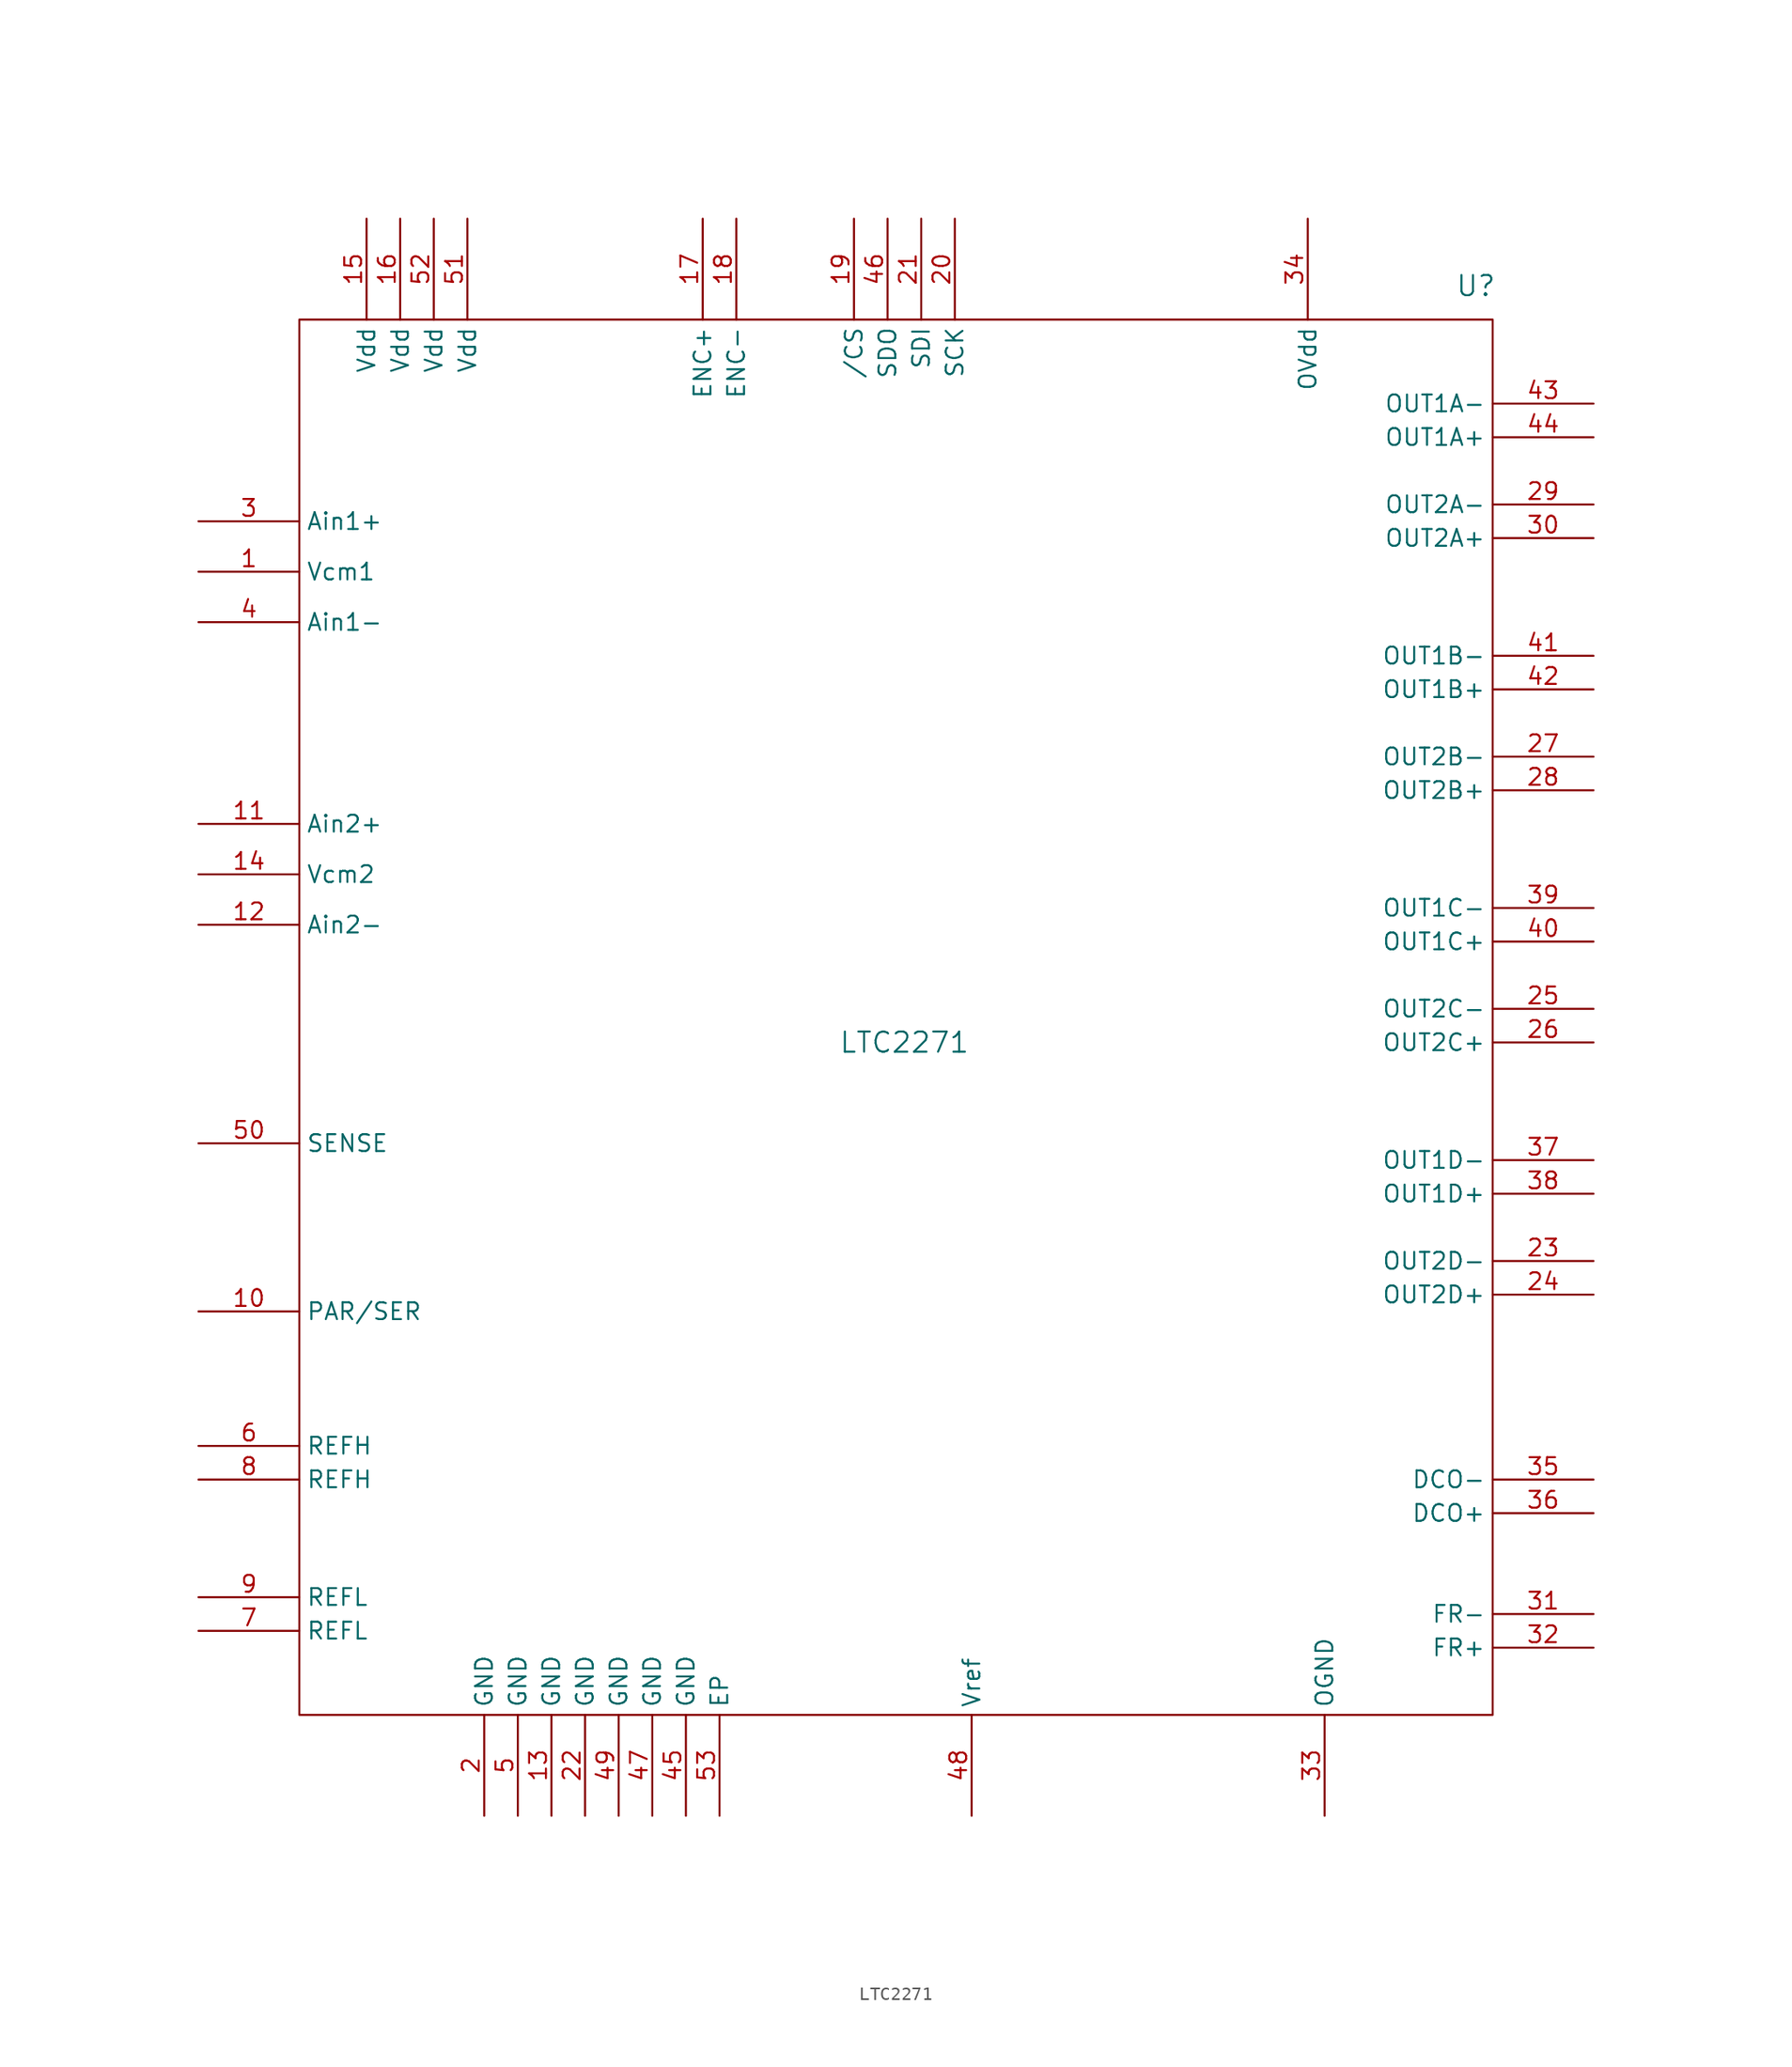
<source format=kicad_sym>
(kicad_symbol_lib
  (version 20220914)
  (generator kicad_symbol_editor)
  (symbol "LTC2271"
    (property "Reference" "U"
      (at 43.18 52.07 0)
      (effects (font (size 1.524 1.524))))
    (property "Value" "LTC2271"
      (at 0 -5.08 0)
      (effects (font (size 1.524 1.524))))
    (property "Footprint" ""
      (at 0 0 0)
      (effects (font (size 1.524 1.524))))
    (property "Datasheet" ""
      (at 0 0 0)
      (effects (font (size 1.524 1.524))))
    (symbol "LTC2271_0_1"
      (rectangle (start -45.72 49.53) (end 44.45 -55.88) (stroke (width 0) (type default)) (fill (type none))))
    (symbol "LTC2271_1_1"
      (pin output line (at -53.34 30.48 0) (length 7.62) (name "Vcm1" (effects (font (size 1.27 1.27)))) (number "1" (effects (font (size 1.27 1.27)))))
      (pin passive line (at -53.34 -25.4 0) (length 7.62) (name "PAR/SER" (effects (font (size 1.27 1.27)))) (number "10" (effects (font (size 1.27 1.27)))))
      (pin passive line (at -53.34 11.43 0) (length 7.62) (name "Ain2+" (effects (font (size 1.27 1.27)))) (number "11" (effects (font (size 1.27 1.27)))))
      (pin passive line (at -53.34 3.81 0) (length 7.62) (name "Ain2-" (effects (font (size 1.27 1.27)))) (number "12" (effects (font (size 1.27 1.27)))))
      (pin power_in line (at -26.67 -63.5 90) (length 7.62) (name "GND" (effects (font (size 1.27 1.27)))) (number "13" (effects (font (size 1.27 1.27)))))
      (pin output line (at -53.34 7.62 0) (length 7.62) (name "Vcm2" (effects (font (size 1.27 1.27)))) (number "14" (effects (font (size 1.27 1.27)))))
      (pin output line (at -40.64 57.15 270) (length 7.62) (name "Vdd" (effects (font (size 1.27 1.27)))) (number "15" (effects (font (size 1.27 1.27)))))
      (pin output line (at -38.1 57.15 270) (length 7.62) (name "Vdd" (effects (font (size 1.27 1.27)))) (number "16" (effects (font (size 1.27 1.27)))))
      (pin output line (at -15.24 57.15 270) (length 7.62) (name "ENC+" (effects (font (size 1.27 1.27)))) (number "17" (effects (font (size 1.27 1.27)))))
      (pin output line (at -12.7 57.15 270) (length 7.62) (name "ENC-" (effects (font (size 1.27 1.27)))) (number "18" (effects (font (size 1.27 1.27)))))
      (pin input line (at -3.81 57.15 270) (length 7.62) (name "/CS" (effects (font (size 1.27 1.27)))) (number "19" (effects (font (size 1.27 1.27)))))
      (pin power_in line (at -31.75 -63.5 90) (length 7.62) (name "GND" (effects (font (size 1.27 1.27)))) (number "2" (effects (font (size 1.27 1.27)))))
      (pin input line (at 3.81 57.15 270) (length 7.62) (name "SCK" (effects (font (size 1.27 1.27)))) (number "20" (effects (font (size 1.27 1.27)))))
      (pin input line (at 1.27 57.15 270) (length 7.62) (name "SDI" (effects (font (size 1.27 1.27)))) (number "21" (effects (font (size 1.27 1.27)))))
      (pin power_in line (at -24.13 -63.5 90) (length 7.62) (name "GND" (effects (font (size 1.27 1.27)))) (number "22" (effects (font (size 1.27 1.27)))))
      (pin power_in line (at 52.07 -21.59 180) (length 7.62) (name "OUT2D-" (effects (font (size 1.27 1.27)))) (number "23" (effects (font (size 1.27 1.27)))))
      (pin output line (at 52.07 -24.13 180) (length 7.62) (name "OUT2D+" (effects (font (size 1.27 1.27)))) (number "24" (effects (font (size 1.27 1.27)))))
      (pin output line (at 52.07 -2.54 180) (length 7.62) (name "OUT2C-" (effects (font (size 1.27 1.27)))) (number "25" (effects (font (size 1.27 1.27)))))
      (pin output line (at 52.07 -5.08 180) (length 7.62) (name "OUT2C+" (effects (font (size 1.27 1.27)))) (number "26" (effects (font (size 1.27 1.27)))))
      (pin output line (at 52.07 16.51 180) (length 7.62) (name "OUT2B-" (effects (font (size 1.27 1.27)))) (number "27" (effects (font (size 1.27 1.27)))))
      (pin output line (at 52.07 13.97 180) (length 7.62) (name "OUT2B+" (effects (font (size 1.27 1.27)))) (number "28" (effects (font (size 1.27 1.27)))))
      (pin output line (at 52.07 35.56 180) (length 7.62) (name "OUT2A-" (effects (font (size 1.27 1.27)))) (number "29" (effects (font (size 1.27 1.27)))))
      (pin input line (at -53.34 34.29 0) (length 7.62) (name "Ain1+" (effects (font (size 1.27 1.27)))) (number "3" (effects (font (size 1.27 1.27)))))
      (pin output line (at 52.07 33.02 180) (length 7.62) (name "OUT2A+" (effects (font (size 1.27 1.27)))) (number "30" (effects (font (size 1.27 1.27)))))
      (pin output line (at 52.07 -48.26 180) (length 7.62) (name "FR-" (effects (font (size 1.27 1.27)))) (number "31" (effects (font (size 1.27 1.27)))))
      (pin output line (at 52.07 -50.8 180) (length 7.62) (name "FR+" (effects (font (size 1.27 1.27)))) (number "32" (effects (font (size 1.27 1.27)))))
      (pin power_in line (at 31.75 -63.5 90) (length 7.62) (name "OGND" (effects (font (size 1.27 1.27)))) (number "33" (effects (font (size 1.27 1.27)))))
      (pin power_in line (at 30.48 57.15 270) (length 7.62) (name "OVdd" (effects (font (size 1.27 1.27)))) (number "34" (effects (font (size 1.27 1.27)))))
      (pin output line (at 52.07 -38.1 180) (length 7.62) (name "DCO-" (effects (font (size 1.27 1.27)))) (number "35" (effects (font (size 1.27 1.27)))))
      (pin output line (at 52.07 -40.64 180) (length 7.62) (name "DCO+" (effects (font (size 1.27 1.27)))) (number "36" (effects (font (size 1.27 1.27)))))
      (pin output line (at 52.07 -13.97 180) (length 7.62) (name "OUT1D-" (effects (font (size 1.27 1.27)))) (number "37" (effects (font (size 1.27 1.27)))))
      (pin output line (at 52.07 -16.51 180) (length 7.62) (name "OUT1D+" (effects (font (size 1.27 1.27)))) (number "38" (effects (font (size 1.27 1.27)))))
      (pin output line (at 52.07 5.08 180) (length 7.62) (name "OUT1C-" (effects (font (size 1.27 1.27)))) (number "39" (effects (font (size 1.27 1.27)))))
      (pin input line (at -53.34 26.67 0) (length 7.62) (name "Ain1-" (effects (font (size 1.27 1.27)))) (number "4" (effects (font (size 1.27 1.27)))))
      (pin output line (at 52.07 2.54 180) (length 7.62) (name "OUT1C+" (effects (font (size 1.27 1.27)))) (number "40" (effects (font (size 1.27 1.27)))))
      (pin output line (at 52.07 24.13 180) (length 7.62) (name "OUT1B-" (effects (font (size 1.27 1.27)))) (number "41" (effects (font (size 1.27 1.27)))))
      (pin output line (at 52.07 21.59 180) (length 7.62) (name "OUT1B+" (effects (font (size 1.27 1.27)))) (number "42" (effects (font (size 1.27 1.27)))))
      (pin output line (at 52.07 43.18 180) (length 7.62) (name "OUT1A-" (effects (font (size 1.27 1.27)))) (number "43" (effects (font (size 1.27 1.27)))))
      (pin output line (at 52.07 40.64 180) (length 7.62) (name "OUT1A+" (effects (font (size 1.27 1.27)))) (number "44" (effects (font (size 1.27 1.27)))))
      (pin power_in line (at -16.51 -63.5 90) (length 7.62) (name "GND" (effects (font (size 1.27 1.27)))) (number "45" (effects (font (size 1.27 1.27)))))
      (pin output line (at -1.27 57.15 270) (length 7.62) (name "SDO" (effects (font (size 1.27 1.27)))) (number "46" (effects (font (size 1.27 1.27)))))
      (pin power_in line (at -19.05 -63.5 90) (length 7.62) (name "GND" (effects (font (size 1.27 1.27)))) (number "47" (effects (font (size 1.27 1.27)))))
      (pin passive line (at 5.08 -63.5 90) (length 7.62) (name "Vref" (effects (font (size 1.27 1.27)))) (number "48" (effects (font (size 1.27 1.27)))))
      (pin power_in line (at -21.59 -63.5 90) (length 7.62) (name "GND" (effects (font (size 1.27 1.27)))) (number "49" (effects (font (size 1.27 1.27)))))
      (pin power_in line (at -29.21 -63.5 90) (length 7.62) (name "GND" (effects (font (size 1.27 1.27)))) (number "5" (effects (font (size 1.27 1.27)))))
      (pin passive line (at -53.34 -12.7 0) (length 7.62) (name "SENSE" (effects (font (size 1.27 1.27)))) (number "50" (effects (font (size 1.27 1.27)))))
      (pin power_in line (at -33.02 57.15 270) (length 7.62) (name "Vdd" (effects (font (size 1.27 1.27)))) (number "51" (effects (font (size 1.27 1.27)))))
      (pin power_in line (at -35.56 57.15 270) (length 7.62) (name "Vdd" (effects (font (size 1.27 1.27)))) (number "52" (effects (font (size 1.27 1.27)))))
      (pin power_in line (at -13.97 -63.5 90) (length 7.62) (name "EP" (effects (font (size 1.27 1.27)))) (number "53" (effects (font (size 1.27 1.27)))))
      (pin passive line (at -53.34 -35.56 0) (length 7.62) (name "REFH" (effects (font (size 1.27 1.27)))) (number "6" (effects (font (size 1.27 1.27)))))
      (pin passive line (at -53.34 -49.53 0) (length 7.62) (name "REFL" (effects (font (size 1.27 1.27)))) (number "7" (effects (font (size 1.27 1.27)))))
      (pin passive line (at -53.34 -38.1 0) (length 7.62) (name "REFH" (effects (font (size 1.27 1.27)))) (number "8" (effects (font (size 1.27 1.27)))))
      (pin passive line (at -53.34 -46.99 0) (length 7.62) (name "REFL" (effects (font (size 1.27 1.27)))) (number "9" (effects (font (size 1.27 1.27))))))))
</source>
